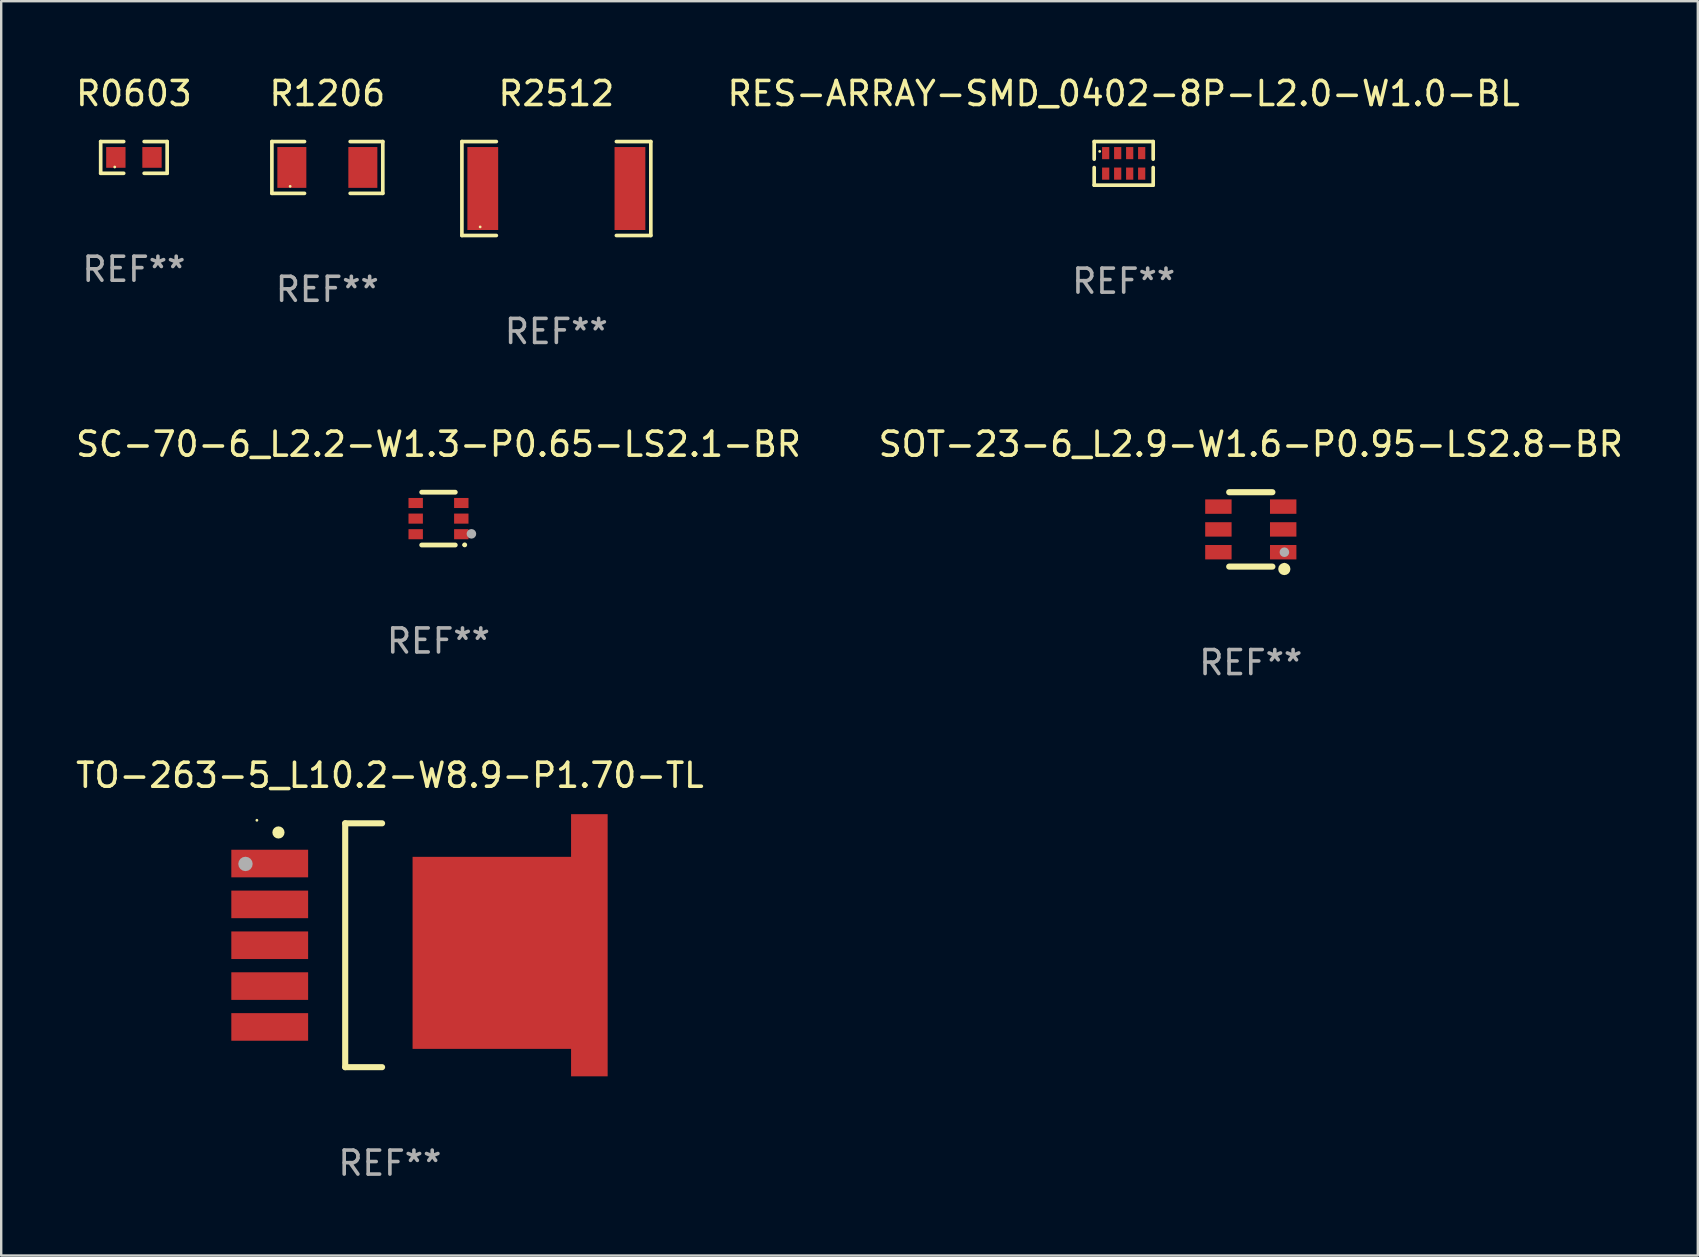
<source format=kicad_pcb>
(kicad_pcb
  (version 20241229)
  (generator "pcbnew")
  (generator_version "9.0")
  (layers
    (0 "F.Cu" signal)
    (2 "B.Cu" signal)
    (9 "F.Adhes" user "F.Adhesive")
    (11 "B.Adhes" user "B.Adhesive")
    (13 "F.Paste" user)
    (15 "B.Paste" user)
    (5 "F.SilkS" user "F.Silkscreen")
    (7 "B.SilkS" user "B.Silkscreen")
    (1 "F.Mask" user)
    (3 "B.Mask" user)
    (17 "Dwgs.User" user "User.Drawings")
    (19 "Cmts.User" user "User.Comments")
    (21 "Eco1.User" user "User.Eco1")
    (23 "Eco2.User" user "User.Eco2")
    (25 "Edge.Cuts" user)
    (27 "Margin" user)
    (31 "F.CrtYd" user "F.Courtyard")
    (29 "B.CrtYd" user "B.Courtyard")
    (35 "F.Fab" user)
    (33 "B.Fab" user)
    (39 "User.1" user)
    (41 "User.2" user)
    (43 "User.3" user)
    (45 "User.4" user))
  (footprint "TO-263-5_L10.2-W8.9-P1.70-TL"
    (layer "F.Cu")
    (at 13.196 36.334)
    (property "Reference" "TO-263-5_L10.2-W8.9-P1.70-TL" (at 0 -7.08 0) (layer "F.SilkS") (effects (font (size 1 1) (thickness 0.15))))
    (attr smd)
    (fp_line (start -1.863 -5.08) (end -0.326 -5.08) (stroke (width 0.254) (type solid)) (layer "F.SilkS"))
    (fp_line (start -1.863 5.08) (end -1.863 -5.08) (stroke (width 0.254) (type solid)) (layer "F.SilkS"))
    (fp_line (start -0.326 5.08) (end -1.863 5.08) (stroke (width 0.254) (type solid)) (layer "F.SilkS"))
    (fp_circle (center -5.543 -5.207) (end -5.513 -5.207) (stroke (width 0.06) (type solid)) (fill no) (layer "F.SilkS"))
    (fp_circle (center -4.644 -4.699) (end -4.517 -4.699) (stroke (width 0.254) (type solid)) (fill no) (layer "F.SilkS"))
    (fp_circle (center -6.018 -3.388) (end -5.868 -3.388) (stroke (width 0.3) (type solid)) (fill no) (layer "F.Fab"))
    (fp_text user "REF**" (at 0 9.08 0) (layer "F.Fab") (effects (font (size 1 1) (thickness 0.15))))
    (pad "1" smd rect (at -5.008 -3.404) (size 3.2 1.15) (layers "F.Cu" "F.Mask" "F.Paste"))
    (pad "2" smd rect (at -5.008 -1.702) (size 3.2 1.15) (layers "F.Cu" "F.Mask" "F.Paste"))
    (pad "3" smd rect (at -5.008 0) (size 3.2 1.15) (layers "F.Cu" "F.Mask" "F.Paste"))
    (pad "4" smd rect (at -5.008 1.702) (size 3.2 1.15) (layers "F.Cu" "F.Mask" "F.Paste"))
    (pad "5" smd rect (at -5.008 3.404) (size 3.2 1.15) (layers "F.Cu" "F.Mask" "F.Paste"))
    (pad "6" smd custom (at 5.008 0.318) (size 0.1 0.1) (layers "F.Cu" "F.Mask" "F.Paste") (options (anchor circle)) (primitives (gr_poly (pts (xy -4.064 -4.001) (xy 2.54 -4.001) (xy 2.54 -5.779) (xy 4.064 -5.779) (xy 4.064 5.144) (xy 2.54 5.144) (xy 2.54 4) (xy -4.064 4)) (width 0) (fill yes)))))
  (footprint "SOT-23-6_L2.9-W1.6-P0.95-LS2.8-BR"
    (layer "F.Cu")
    (at 49.065 19.008)
    (property "Reference" "SOT-23-6_L2.9-W1.6-P0.95-LS2.8-BR" (at 0 -3.55 0) (layer "F.SilkS") (effects (font (size 1 1) (thickness 0.15))))
    (attr smd)
    (fp_line (start -0.9 -1.55) (end 0.9 -1.55) (stroke (width 0.254) (type solid)) (layer "F.SilkS"))
    (fp_line (start -0.9 1.55) (end 0.9 1.55) (stroke (width 0.254) (type solid)) (layer "F.SilkS"))
    (fp_circle (center 1.397 1.651) (end 1.524 1.651) (stroke (width 0.254) (type solid)) (fill no) (layer "F.SilkS"))
    (fp_circle (center 1.4 1.45) (end 1.43 1.45) (stroke (width 0.06) (type solid)) (fill no) (layer "F.SilkS"))
    (fp_circle (center 1.4 0.95) (end 1.5 0.95) (stroke (width 0.2) (type solid)) (fill no) (layer "F.Fab"))
    (fp_text user "REF**" (at 0 5.55 0) (layer "F.Fab") (effects (font (size 1 1) (thickness 0.15))))
    (pad "1" smd rect (at 1.35 0.95) (size 1.1 0.6) (layers "F.Cu" "F.Mask" "F.Paste"))
    (pad "2" smd rect (at 1.35 0) (size 1.1 0.6) (layers "F.Cu" "F.Mask" "F.Paste"))
    (pad "3" smd rect (at 1.35 -0.95) (size 1.1 0.6) (layers "F.Cu" "F.Mask" "F.Paste"))
    (pad "4" smd rect (at -1.35 -0.95) (size 1.1 0.6) (layers "F.Cu" "F.Mask" "F.Paste"))
    (pad "5" smd rect (at -1.35 0) (size 1.1 0.6) (layers "F.Cu" "F.Mask" "F.Paste"))
    (pad "6" smd rect (at -1.35 0.95) (size 1.1 0.6) (layers "F.Cu" "F.Mask" "F.Paste")))
  (footprint "RES-ARRAY-SMD_0402-8P-L2.0-W1.0-BL"
    (layer "F.Cu")
    (at 43.769 3.757)
    (property "Reference" "RES-ARRAY-SMD_0402-8P-L2.0-W1.0-BL" (at -0.000025 -2.909 0) (layer "F.SilkS") (effects (font (size 1 1) (thickness 0.15))))
    (attr smd)
    (fp_line (start -1.229 -0.909) (end 1.229 -0.909) (stroke (width 0.152) (type solid)) (layer "F.SilkS"))
    (fp_line (start -1.229 -0.175) (end -1.229 -0.909) (stroke (width 0.152) (type solid)) (layer "F.SilkS"))
    (fp_line (start -1.229 0.175) (end -1.229 0.909) (stroke (width 0.152) (type solid)) (layer "F.SilkS"))
    (fp_line (start -1.229 0.909) (end 1.229 0.909) (stroke (width 0.152) (type solid)) (layer "F.SilkS"))
    (fp_line (start 1.229 -0.909) (end 1.229 -0.175) (stroke (width 0.152) (type solid)) (layer "F.SilkS"))
    (fp_line (start 1.229 0.909) (end 1.229 0.175) (stroke (width 0.152) (type solid)) (layer "F.SilkS"))
    (fp_circle (center -1 -0.5) (end -0.97 -0.5) (stroke (width 0.06) (type solid)) (fill no) (layer "F.SilkS"))
    (fp_text user "REF**" (at -0.000025 4.909 0) (layer "F.Fab") (effects (font (size 1 1) (thickness 0.15))))
    (pad "1" smd rect (at -0.75 -0.427 180) (size 0.3 0.505) (layers "F.Cu" "F.Mask" "F.Paste"))
    (pad "2" smd rect (at -0.25 -0.427 180) (size 0.3 0.505) (layers "F.Cu" "F.Mask" "F.Paste"))
    (pad "3" smd rect (at 0.25 -0.427 180) (size 0.3 0.505) (layers "F.Cu" "F.Mask" "F.Paste"))
    (pad "4" smd rect (at 0.75 -0.427 180) (size 0.3 0.505) (layers "F.Cu" "F.Mask" "F.Paste"))
    (pad "5" smd rect (at 0.75 0.427 180) (size 0.3 0.505) (layers "F.Cu" "F.Mask" "F.Paste"))
    (pad "6" smd rect (at 0.25 0.427 180) (size 0.3 0.505) (layers "F.Cu" "F.Mask" "F.Paste"))
    (pad "7" smd rect (at -0.25 0.427 180) (size 0.3 0.505) (layers "F.Cu" "F.Mask" "F.Paste"))
    (pad "8" smd rect (at -0.75 0.427 180) (size 0.3 0.505) (layers "F.Cu" "F.Mask" "F.Paste")))
  (footprint "R2512"
    (layer "F.Cu")
    (at 20.131 4.805)
    (property "Reference" "R2512" (at 0 -3.957 0) (layer "F.SilkS") (effects (font (size 1 1) (thickness 0.15))))
    (attr smd)
    (fp_line (start -3.936 -1.957) (end -2.501 -1.957) (stroke (width 0.152) (type solid)) (layer "F.SilkS"))
    (fp_line (start -3.936 1.957) (end -3.936 -1.957) (stroke (width 0.152) (type solid)) (layer "F.SilkS"))
    (fp_line (start -2.501 1.957) (end -3.936 1.957) (stroke (width 0.152) (type solid)) (layer "F.SilkS"))
    (fp_line (start 2.501 1.957) (end 3.936 1.957) (stroke (width 0.152) (type solid)) (layer "F.SilkS"))
    (fp_line (start 3.936 -1.957) (end 2.501 -1.957) (stroke (width 0.152) (type solid)) (layer "F.SilkS"))
    (fp_line (start 3.936 1.957) (end 3.936 -1.957) (stroke (width 0.152) (type solid)) (layer "F.SilkS"))
    (fp_circle (center -3.175 1.6) (end -3.145 1.6) (stroke (width 0.06) (type solid)) (fill no) (layer "F.SilkS"))
    (fp_text user "REF**" (at 0 5.957 0) (layer "F.Fab") (effects (font (size 1 1) (thickness 0.15))))
    (pad "1" smd rect (at -3.066 0) (size 1.283 3.456) (layers "F.Cu" "F.Mask" "F.Paste"))
    (pad "2" smd rect (at 3.066 0) (size 1.283 3.456) (layers "F.Cu" "F.Mask" "F.Paste")))
  (footprint "R1206"
    (layer "F.Cu")
    (at 10.589 3.927)
    (property "Reference" "R1206" (at 0 -3.079 0) (layer "F.SilkS") (effects (font (size 1 1) (thickness 0.15))))
    (attr smd)
    (fp_line (start -2.311 -1.079) (end -0.951 -1.079) (stroke (width 0.152) (type solid)) (layer "F.SilkS"))
    (fp_line (start -2.311 1.079) (end -2.311 -1.079) (stroke (width 0.152) (type solid)) (layer "F.SilkS"))
    (fp_line (start -0.951 1.079) (end -2.311 1.079) (stroke (width 0.152) (type solid)) (layer "F.SilkS"))
    (fp_line (start 0.951 1.079) (end 2.311 1.079) (stroke (width 0.152) (type solid)) (layer "F.SilkS"))
    (fp_line (start 2.311 -1.079) (end 0.951 -1.079) (stroke (width 0.152) (type solid)) (layer "F.SilkS"))
    (fp_line (start 2.311 1.079) (end 2.311 -1.079) (stroke (width 0.152) (type solid)) (layer "F.SilkS"))
    (fp_circle (center -1.55 0.787) (end -1.52 0.787) (stroke (width 0.06) (type solid)) (fill no) (layer "F.SilkS"))
    (fp_text user "REF**" (at 0 5.079 0) (layer "F.Fab") (effects (font (size 1 1) (thickness 0.15))))
    (pad "1" smd rect (at -1.479 0) (size 1.208 1.701) (layers "F.Cu" "F.Mask" "F.Paste"))
    (pad "2" smd rect (at 1.479 0) (size 1.208 1.701) (layers "F.Cu" "F.Mask" "F.Paste")))
  (footprint "R0603"
    (layer "F.Cu")
    (at 2.53 3.509)
    (property "Reference" "R0603" (at 0 -2.661 0) (layer "F.SilkS") (effects (font (size 1 1) (thickness 0.15))))
    (attr smd)
    (fp_line (start -1.385 -0.661) (end -0.426 -0.661) (stroke (width 0.152) (type solid)) (layer "F.SilkS"))
    (fp_line (start -1.385 0.661) (end -1.385 -0.661) (stroke (width 0.152) (type solid)) (layer "F.SilkS"))
    (fp_line (start -0.426 0.661) (end -1.385 0.661) (stroke (width 0.152) (type solid)) (layer "F.SilkS"))
    (fp_line (start 0.426 0.661) (end 1.385 0.661) (stroke (width 0.152) (type solid)) (layer "F.SilkS"))
    (fp_line (start 1.385 -0.661) (end 0.426 -0.661) (stroke (width 0.152) (type solid)) (layer "F.SilkS"))
    (fp_line (start 1.385 0.661) (end 1.385 -0.661) (stroke (width 0.152) (type solid)) (layer "F.SilkS"))
    (fp_circle (center -0.8 0.4) (end -0.77 0.4) (stroke (width 0.06) (type solid)) (fill no) (layer "F.SilkS"))
    (fp_text user "REF**" (at 0 4.661 0) (layer "F.Fab") (effects (font (size 1 1) (thickness 0.15))))
    (pad "1" smd rect (at -0.753 0) (size 0.806 0.864) (layers "F.Cu" "F.Mask" "F.Paste"))
    (pad "2" smd rect (at 0.753 0) (size 0.806 0.864) (layers "F.Cu" "F.Mask" "F.Paste")))
  (footprint "SC-70-6_L2.2-W1.3-P0.65-LS2.1-BR"
    (layer "F.Cu")
    (at 15.22 18.558)
    (property "Reference" "SC-70-6_L2.2-W1.3-P0.65-LS2.1-BR" (at 0 -3.1 0) (layer "F.SilkS") (effects (font (size 1 1) (thickness 0.15))))
    (attr smd)
    (fp_line (start -0.7 -1.1) (end 0.7 -1.1) (stroke (width 0.2) (type solid)) (layer "F.SilkS"))
    (fp_line (start -0.7 1.1) (end 0.7 1.1) (stroke (width 0.2) (type solid)) (layer "F.SilkS"))
    (fp_arc (start 1.090932 1.094209) (mid 1.092202 1.094203) (end 1.093472 1.094209) (stroke (width 0.2) (type solid)) (layer "F.SilkS"))
    (fp_circle (center 1.053 1.1) (end 1.083 1.1) (stroke (width 0.06) (type solid)) (fill no) (layer "F.SilkS"))
    (fp_circle (center 1.372 0.635) (end 1.472 0.635) (stroke (width 0.2) (type solid)) (fill no) (layer "F.Fab"))
    (fp_text user "REF**" (at 0 5.1 0) (layer "F.Fab") (effects (font (size 1 1) (thickness 0.15))))
    (pad "1" smd rect (at 0.95 0.65 90) (size 0.42 0.6) (layers "F.Cu" "F.Mask" "F.Paste"))
    (pad "2" smd rect (at 0.95 0 90) (size 0.42 0.6) (layers "F.Cu" "F.Mask" "F.Paste"))
    (pad "3" smd rect (at 0.95 -0.65 90) (size 0.42 0.6) (layers "F.Cu" "F.Mask" "F.Paste"))
    (pad "4" smd rect (at -0.95 -0.65 270) (size 0.42 0.6) (layers "F.Cu" "F.Mask" "F.Paste"))
    (pad "5" smd rect (at -0.95 0 270) (size 0.42 0.6) (layers "F.Cu" "F.Mask" "F.Paste"))
    (pad "6" smd rect (at -0.95 0.65 270) (size 0.42 0.6) (layers "F.Cu" "F.Mask" "F.Paste")))
  (gr_rect
    (start -3 -3)
    (end 67.69 49.263)
    (stroke (width 0.1) (type default))
    (fill no)
    (layer "Edge.Cuts")))
</source>
